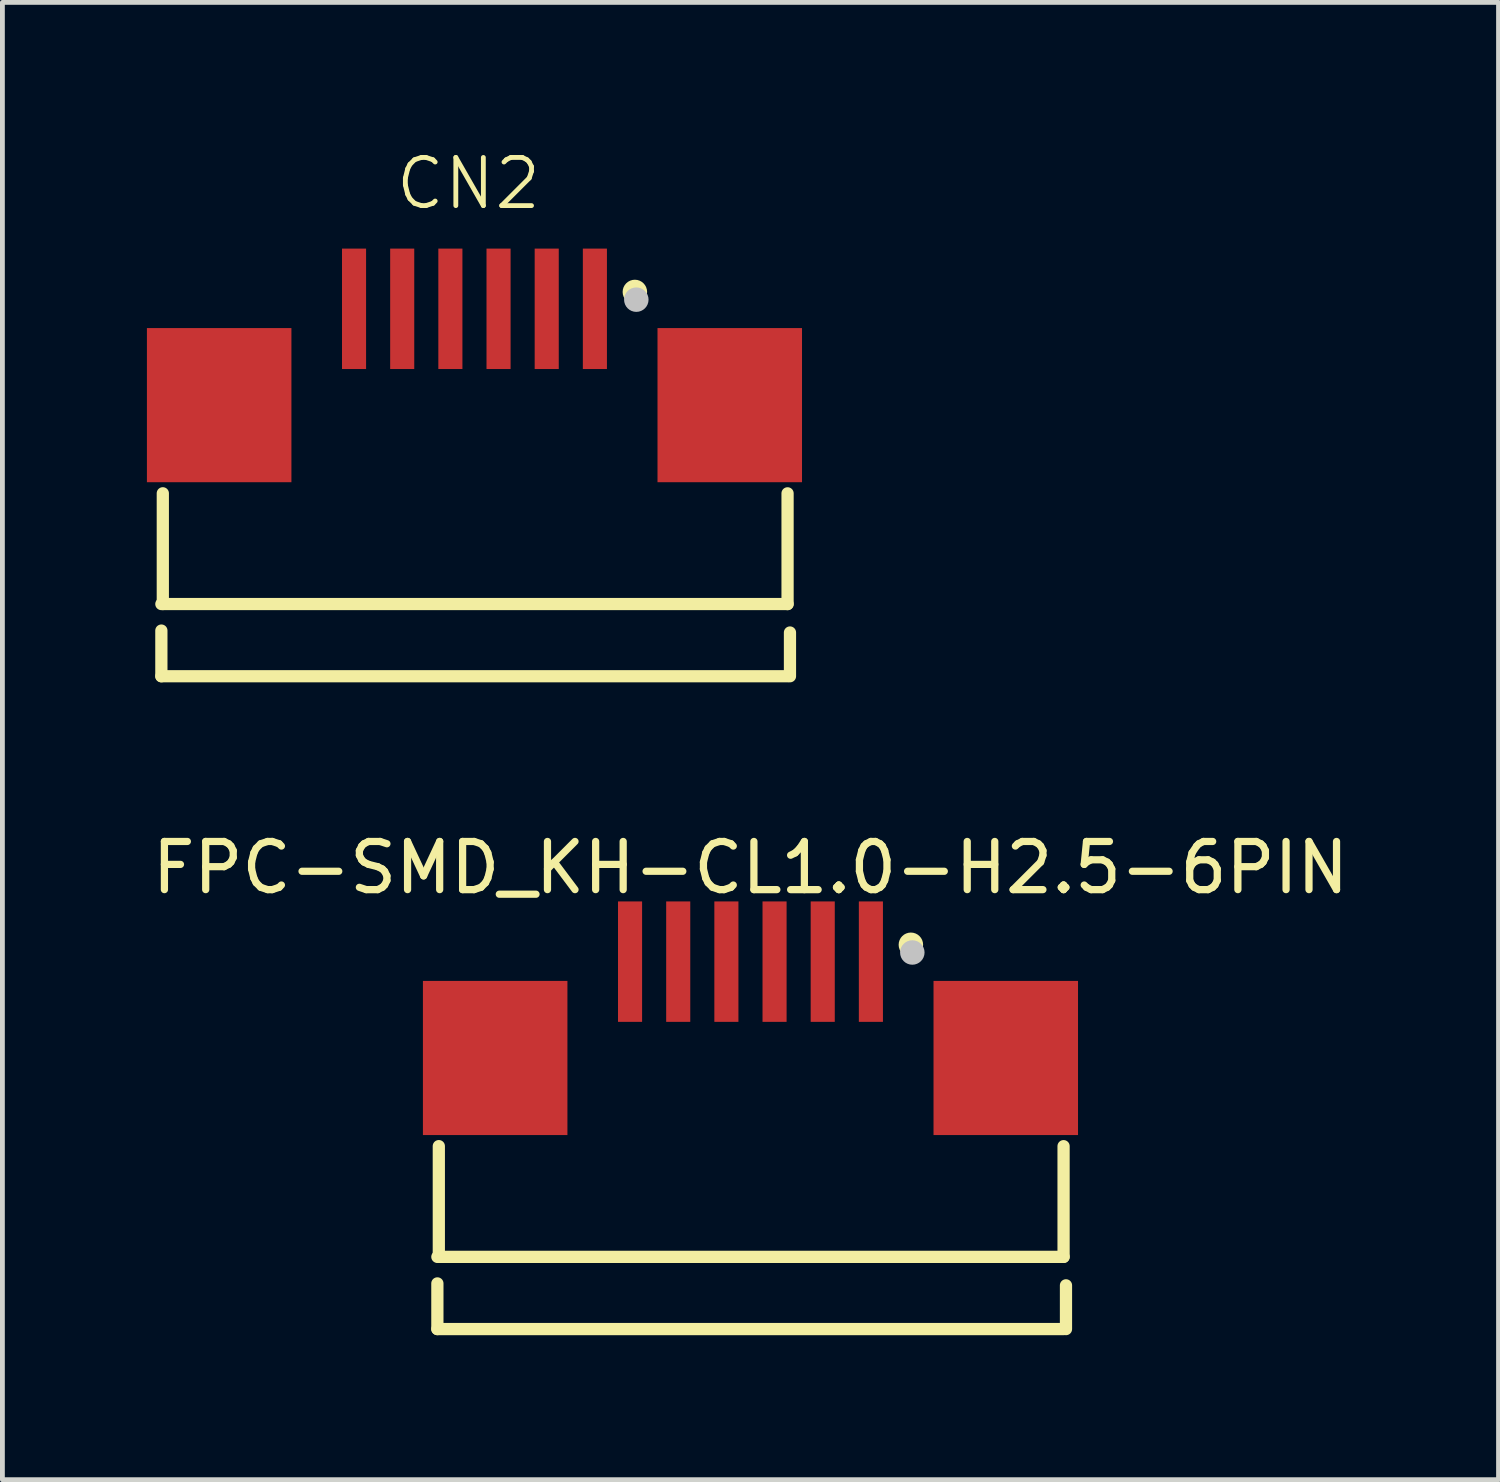
<source format=kicad_pcb>
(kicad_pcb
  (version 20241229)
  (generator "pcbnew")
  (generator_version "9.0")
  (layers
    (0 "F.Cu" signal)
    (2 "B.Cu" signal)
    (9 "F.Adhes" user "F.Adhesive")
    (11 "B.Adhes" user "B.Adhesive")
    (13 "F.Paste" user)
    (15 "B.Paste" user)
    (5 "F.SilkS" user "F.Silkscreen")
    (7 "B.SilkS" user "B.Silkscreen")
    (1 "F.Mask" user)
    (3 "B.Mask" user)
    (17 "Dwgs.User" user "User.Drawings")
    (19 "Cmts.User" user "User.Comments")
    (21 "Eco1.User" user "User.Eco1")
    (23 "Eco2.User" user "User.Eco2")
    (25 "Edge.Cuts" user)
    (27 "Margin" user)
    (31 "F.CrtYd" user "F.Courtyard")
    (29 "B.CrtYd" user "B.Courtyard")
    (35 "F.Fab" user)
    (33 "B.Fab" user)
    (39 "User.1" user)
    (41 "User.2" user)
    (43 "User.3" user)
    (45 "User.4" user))
  (footprint "CN2"
    (layer "F.Cu")
    (at 6.675 6.761)
    (property "Reference" "CN2" (at 0 -6 0) (unlocked yes) (layer "F.SilkS") (effects (font (size 1 1) (thickness 0.1))))
    (attr smd)
    (fp_line (start -6.375 2.729) (end 6.625 2.729) (stroke (width 0.254) (type default)) (layer "F.SilkS"))
    (fp_line (start -6.375 4.228) (end -6.375 3.28) (stroke (width 0.254) (type default)) (layer "F.SilkS"))
    (fp_line (start -6.375 4.228) (end 6.625 4.228) (stroke (width 0.254) (type default)) (layer "F.SilkS"))
    (fp_line (start -6.345 2.729) (end -6.345 0.43) (stroke (width 0.254) (type default)) (layer "F.SilkS"))
    (fp_line (start 6.625 2.73) (end 6.625 0.431) (stroke (width 0.254) (type default)) (layer "F.SilkS"))
    (fp_line (start 6.675 4.228) (end 6.675 3.32) (stroke (width 0.254) (type default)) (layer "F.SilkS"))
    (fp_circle (center 3.455 -3.75) (end 3.582 -3.75) (stroke (width 0.254) (type default)) (fill no) (layer "F.SilkS"))
    (fp_circle (center 3.485 -3.59) (end 3.612 -3.59) (stroke (width 0.254) (type default)) (fill no) (layer "Dwgs.User"))
    (fp_poly (pts (xy -4.075 -0.125) (xy -6.275 -0.125) (xy -6.275 -2.675) (xy -4.075 -2.675)) (stroke (width 0.1) (type default)) (fill no) (layer "User.1"))
    (fp_poly (pts (xy -2.495 -2.755) (xy -2.495 -3.345) (xy -2.245 -3.345) (xy -2.245 -2.755)) (stroke (width 0.1) (type default)) (fill no) (layer "User.1"))
    (fp_poly (pts (xy -2.25 -3.2) (xy -2.5 -3.2) (xy -2.5 -4) (xy -2.25 -4)) (stroke (width 0.1) (type default)) (fill no) (layer "User.1"))
    (fp_poly (pts (xy -1.495 -2.755) (xy -1.495 -3.345) (xy -1.245 -3.345) (xy -1.245 -2.755)) (stroke (width 0.1) (type default)) (fill no) (layer "User.1"))
    (fp_poly (pts (xy -1.25 -3.2) (xy -1.5 -3.2) (xy -1.5 -4) (xy -1.25 -4)) (stroke (width 0.1) (type default)) (fill no) (layer "User.1"))
    (fp_poly (pts (xy -0.495 -2.755) (xy -0.495 -3.345) (xy -0.245 -3.345) (xy -0.245 -2.755)) (stroke (width 0.1) (type default)) (fill no) (layer "User.1"))
    (fp_poly (pts (xy -0.25 -3.2) (xy -0.5 -3.2) (xy -0.5 -4) (xy -0.25 -4)) (stroke (width 0.1) (type default)) (fill no) (layer "User.1"))
    (fp_poly (pts (xy 0.505 -2.755) (xy 0.505 -3.345) (xy 0.755 -3.345) (xy 0.755 -2.755)) (stroke (width 0.1) (type default)) (fill no) (layer "User.1"))
    (fp_poly (pts (xy 0.75 -3.2) (xy 0.5 -3.2) (xy 0.5 -4) (xy 0.75 -4)) (stroke (width 0.1) (type default)) (fill no) (layer "User.1"))
    (fp_poly (pts (xy 1.505 -2.755) (xy 1.505 -3.345) (xy 1.755 -3.345) (xy 1.755 -2.755)) (stroke (width 0.1) (type default)) (fill no) (layer "User.1"))
    (fp_poly (pts (xy 1.75 -3.2) (xy 1.5 -3.2) (xy 1.5 -4) (xy 1.75 -4)) (stroke (width 0.1) (type default)) (fill no) (layer "User.1"))
    (fp_poly (pts (xy 2.505 -2.755) (xy 2.505 -3.345) (xy 2.755 -3.345) (xy 2.755 -2.755)) (stroke (width 0.1) (type default)) (fill no) (layer "User.1"))
    (fp_poly (pts (xy 2.755 -3.2) (xy 2.505 -3.2) (xy 2.505 -4) (xy 2.755 -4)) (stroke (width 0.1) (type default)) (fill no) (layer "User.1"))
    (fp_poly (pts (xy 6.525 -0.125) (xy 4.325 -0.125) (xy 4.325 -2.675) (xy 6.525 -2.675)) (stroke (width 0.1) (type default)) (fill no) (layer "User.1"))
    (fp_line (start -6.375 -2.9) (end 6.625 -2.9) (stroke (width 0.051) (type default)) (layer "User.2"))
    (fp_line (start -6.375 2.729) (end -6.375 -2.9) (stroke (width 0.051) (type default)) (layer "User.2"))
    (fp_line (start 6.625 -2.9) (end 6.625 2.729) (stroke (width 0.051) (type default)) (layer "User.2"))
    (fp_line (start 6.625 2.729) (end -6.375 2.729) (stroke (width 0.051) (type default)) (layer "User.2"))
    (fp_poly (pts (xy 6.685 -4) (xy 6.667 -4.042) (xy 6.625 -4.06) (xy 6.583 -4.042) (xy 6.565 -4) (xy 6.583 -3.958) (xy 6.625 -3.94) (xy 6.667 -3.958)) (stroke (width 0.1) (type default)) (fill no) (layer "User.3"))
    (pad "1" smd rect (at 2.625 -3.4 180) (size 0.5 2.5) (layers "F.Cu" "F.Mask" "F.Paste"))
    (pad "2" smd rect (at 1.625 -3.4 180) (size 0.5 2.5) (layers "F.Cu" "F.Mask" "F.Paste"))
    (pad "3" smd rect (at 0.625 -3.4 180) (size 0.5 2.5) (layers "F.Cu" "F.Mask" "F.Paste"))
    (pad "4" smd rect (at -0.375 -3.4 180) (size 0.5 2.5) (layers "F.Cu" "F.Mask" "F.Paste"))
    (pad "5" smd rect (at -1.375 -3.4 180) (size 0.5 2.5) (layers "F.Cu" "F.Mask" "F.Paste"))
    (pad "6" smd rect (at -2.375 -3.4 180) (size 0.5 2.5) (layers "F.Cu" "F.Mask" "F.Paste"))
    (pad "7" smd rect (at -5.175 -1.4 180) (size 3 3.2) (layers "F.Cu" "F.Mask" "F.Paste"))
    (pad "8" smd rect (at 5.425 -1.4 180) (size 3 3.2) (layers "F.Cu" "F.Mask" "F.Paste")))
  (footprint "FPC-SMD_KH-CL1.0-H2.5-6PIN"
    (layer "F.Cu")
    (at 12.53 17.914)
    (property "Reference" "FPC-SMD_KH-CL1.0-H2.5-6PIN" (at 0 -2.95 0) (layer "F.SilkS") (effects (font (size 1 1) (thickness 0.15))))
    (fp_line (start -6.5 5.129) (end 6.5 5.129) (stroke (width 0.254) (type default)) (layer "F.SilkS"))
    (fp_line (start -6.5 6.628) (end -6.5 5.68) (stroke (width 0.254) (type default)) (layer "F.SilkS"))
    (fp_line (start -6.5 6.628) (end 6.5 6.628) (stroke (width 0.254) (type default)) (layer "F.SilkS"))
    (fp_line (start -6.47 5.129) (end -6.47 2.83) (stroke (width 0.254) (type default)) (layer "F.SilkS"))
    (fp_line (start 6.5 5.13) (end 6.5 2.831) (stroke (width 0.254) (type default)) (layer "F.SilkS"))
    (fp_line (start 6.55 6.628) (end 6.55 5.72) (stroke (width 0.254) (type default)) (layer "F.SilkS"))
    (fp_circle (center 3.33 -1.35) (end 3.457 -1.35) (stroke (width 0.254) (type default)) (fill no) (layer "F.SilkS"))
    (fp_circle (center 3.36 -1.19) (end 3.487 -1.19) (stroke (width 0.254) (type default)) (fill no) (layer "Dwgs.User"))
    (fp_poly (pts (xy -4.2 2.275) (xy -6.4 2.275) (xy -6.4 -0.275) (xy -4.2 -0.275)) (stroke (width 0.1) (type default)) (fill no) (layer "User.1"))
    (fp_poly (pts (xy -2.62 -0.355) (xy -2.62 -0.945) (xy -2.37 -0.945) (xy -2.37 -0.355)) (stroke (width 0.1) (type default)) (fill no) (layer "User.1"))
    (fp_poly (pts (xy -2.375 -0.8) (xy -2.625 -0.8) (xy -2.625 -1.6) (xy -2.375 -1.6)) (stroke (width 0.1) (type default)) (fill no) (layer "User.1"))
    (fp_poly (pts (xy -1.62 -0.355) (xy -1.62 -0.945) (xy -1.37 -0.945) (xy -1.37 -0.355)) (stroke (width 0.1) (type default)) (fill no) (layer "User.1"))
    (fp_poly (pts (xy -1.375 -0.8) (xy -1.625 -0.8) (xy -1.625 -1.6) (xy -1.375 -1.6)) (stroke (width 0.1) (type default)) (fill no) (layer "User.1"))
    (fp_poly (pts (xy -0.62 -0.355) (xy -0.62 -0.945) (xy -0.37 -0.945) (xy -0.37 -0.355)) (stroke (width 0.1) (type default)) (fill no) (layer "User.1"))
    (fp_poly (pts (xy -0.375 -0.8) (xy -0.625 -0.8) (xy -0.625 -1.6) (xy -0.375 -1.6)) (stroke (width 0.1) (type default)) (fill no) (layer "User.1"))
    (fp_poly (pts (xy 0.38 -0.355) (xy 0.38 -0.945) (xy 0.63 -0.945) (xy 0.63 -0.355)) (stroke (width 0.1) (type default)) (fill no) (layer "User.1"))
    (fp_poly (pts (xy 0.625 -0.8) (xy 0.375 -0.8) (xy 0.375 -1.6) (xy 0.625 -1.6)) (stroke (width 0.1) (type default)) (fill no) (layer "User.1"))
    (fp_poly (pts (xy 1.38 -0.355) (xy 1.38 -0.945) (xy 1.63 -0.945) (xy 1.63 -0.355)) (stroke (width 0.1) (type default)) (fill no) (layer "User.1"))
    (fp_poly (pts (xy 1.625 -0.8) (xy 1.375 -0.8) (xy 1.375 -1.6) (xy 1.625 -1.6)) (stroke (width 0.1) (type default)) (fill no) (layer "User.1"))
    (fp_poly (pts (xy 2.38 -0.355) (xy 2.38 -0.945) (xy 2.63 -0.945) (xy 2.63 -0.355)) (stroke (width 0.1) (type default)) (fill no) (layer "User.1"))
    (fp_poly (pts (xy 2.63 -0.8) (xy 2.38 -0.8) (xy 2.38 -1.6) (xy 2.63 -1.6)) (stroke (width 0.1) (type default)) (fill no) (layer "User.1"))
    (fp_poly (pts (xy 6.4 2.275) (xy 4.2 2.275) (xy 4.2 -0.275) (xy 6.4 -0.275)) (stroke (width 0.1) (type default)) (fill no) (layer "User.1"))
    (fp_line (start -6.5 -0.5) (end 6.5 -0.5) (stroke (width 0.051) (type default)) (layer "User.2"))
    (fp_line (start -6.5 5.129) (end -6.5 -0.5) (stroke (width 0.051) (type default)) (layer "User.2"))
    (fp_line (start 6.5 -0.5) (end 6.5 5.129) (stroke (width 0.051) (type default)) (layer "User.2"))
    (fp_line (start 6.5 5.129) (end -6.5 5.129) (stroke (width 0.051) (type default)) (layer "User.2"))
    (fp_poly (pts (xy 6.56 -1.6) (xy 6.542 -1.642) (xy 6.5 -1.66) (xy 6.458 -1.642) (xy 6.44 -1.6) (xy 6.458 -1.558) (xy 6.5 -1.54) (xy 6.542 -1.558)) (stroke (width 0.1) (type default)) (fill no) (layer "User.3"))
    (pad "1" smd rect (at 2.5 -1 180) (size 0.5 2.5) (layers "F.Cu" "F.Mask" "F.Paste"))
    (pad "2" smd rect (at 1.5 -1 180) (size 0.5 2.5) (layers "F.Cu" "F.Mask" "F.Paste"))
    (pad "3" smd rect (at 0.5 -1 180) (size 0.5 2.5) (layers "F.Cu" "F.Mask" "F.Paste"))
    (pad "4" smd rect (at -0.5 -1 180) (size 0.5 2.5) (layers "F.Cu" "F.Mask" "F.Paste"))
    (pad "5" smd rect (at -1.5 -1 180) (size 0.5 2.5) (layers "F.Cu" "F.Mask" "F.Paste"))
    (pad "6" smd rect (at -2.5 -1 180) (size 0.5 2.5) (layers "F.Cu" "F.Mask" "F.Paste"))
    (pad "7" smd rect (at -5.3 1 180) (size 3 3.2) (layers "F.Cu" "F.Mask" "F.Paste"))
    (pad "8" smd rect (at 5.3 1 180) (size 3 3.2) (layers "F.Cu" "F.Mask" "F.Paste")))
  (gr_rect
    (start -3 -3)
    (end 28.06 27.669)
    (stroke (width 0.1) (type default))
    (fill no)
    (layer "Edge.Cuts")))
</source>
